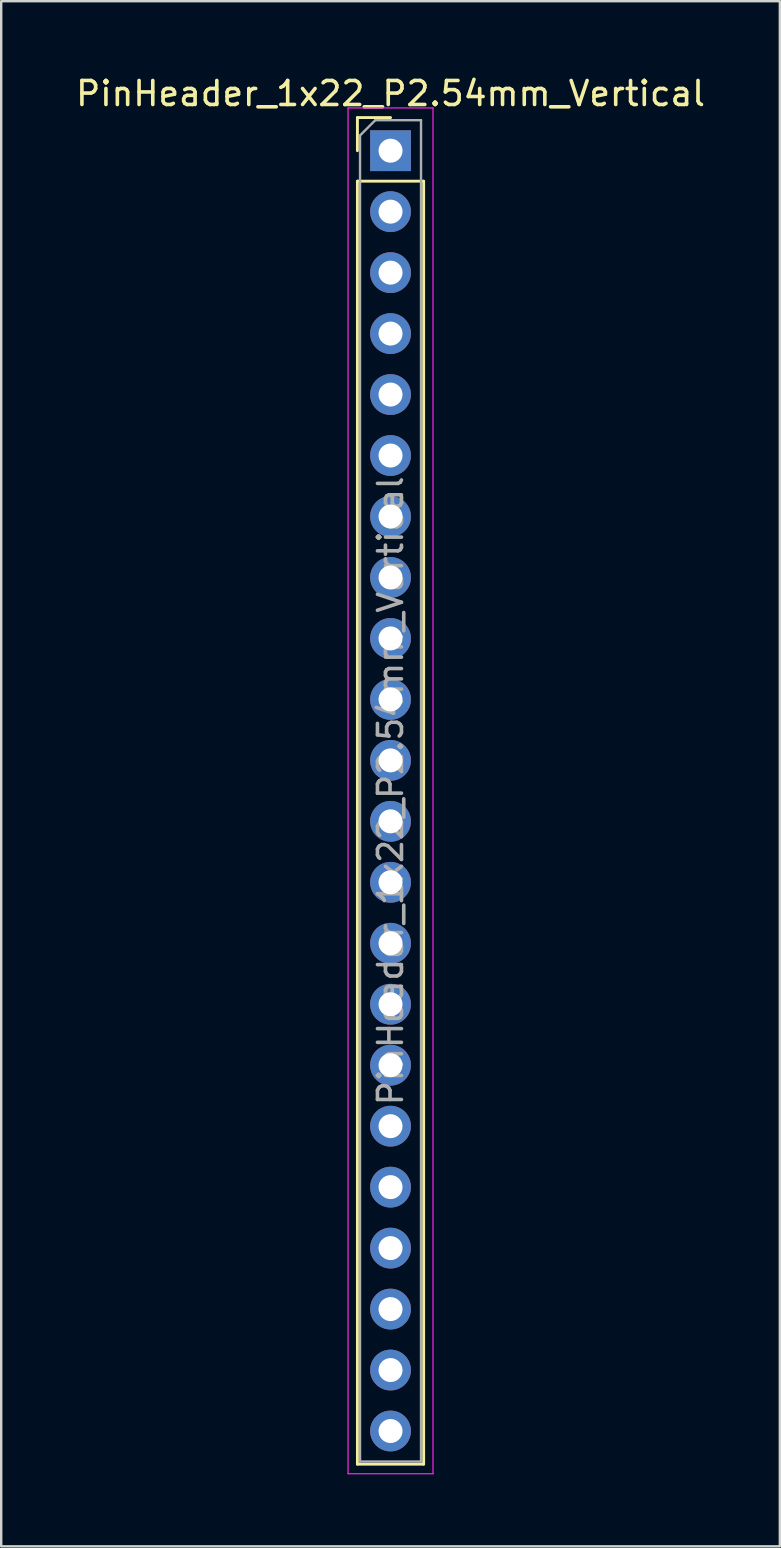
<source format=kicad_pcb>
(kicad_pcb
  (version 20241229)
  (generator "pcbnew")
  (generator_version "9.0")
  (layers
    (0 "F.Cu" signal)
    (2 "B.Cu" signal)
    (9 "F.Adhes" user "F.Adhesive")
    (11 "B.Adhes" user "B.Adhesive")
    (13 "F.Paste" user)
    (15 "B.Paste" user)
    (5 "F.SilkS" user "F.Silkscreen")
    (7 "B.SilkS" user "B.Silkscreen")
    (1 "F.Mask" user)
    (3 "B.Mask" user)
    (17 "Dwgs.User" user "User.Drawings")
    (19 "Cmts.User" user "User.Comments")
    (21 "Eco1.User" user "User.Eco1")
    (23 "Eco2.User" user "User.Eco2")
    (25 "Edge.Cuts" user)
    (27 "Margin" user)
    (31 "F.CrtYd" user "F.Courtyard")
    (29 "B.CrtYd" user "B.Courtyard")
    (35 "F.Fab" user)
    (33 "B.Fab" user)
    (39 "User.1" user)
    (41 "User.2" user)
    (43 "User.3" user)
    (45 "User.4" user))
  (footprint "PinHeader_1x22_P2.54mm_Vertical"
    (layer "F.Cu")
    (at 13.22 3.228)
    (property "Reference" "PinHeader_1x22_P2.54mm_Vertical" (at 0 -2.38 0) (layer "F.SilkS") (effects (font (size 1 1) (thickness 0.15))))
    (attr through_hole)
    (fp_line (start -1.38 -1.38) (end 0 -1.38) (stroke (width 0.12) (type solid)) (layer "F.SilkS"))
    (fp_line (start -1.38 0) (end -1.38 -1.38) (stroke (width 0.12) (type solid)) (layer "F.SilkS"))
    (fp_line (start -1.38 1.27) (end -1.38 54.72) (stroke (width 0.12) (type solid)) (layer "F.SilkS"))
    (fp_line (start -1.38 1.27) (end 1.38 1.27) (stroke (width 0.12) (type solid)) (layer "F.SilkS"))
    (fp_line (start -1.38 54.72) (end 1.38 54.72) (stroke (width 0.12) (type solid)) (layer "F.SilkS"))
    (fp_line (start 1.38 1.27) (end 1.38 54.72) (stroke (width 0.12) (type solid)) (layer "F.SilkS"))
    (fp_line (start -1.77 -1.78) (end -1.77 55.12) (stroke (width 0.05) (type solid)) (layer "F.CrtYd"))
    (fp_line (start -1.77 55.12) (end 1.77 55.12) (stroke (width 0.05) (type solid)) (layer "F.CrtYd"))
    (fp_line (start 1.77 -1.78) (end -1.77 -1.78) (stroke (width 0.05) (type solid)) (layer "F.CrtYd"))
    (fp_line (start 1.77 55.12) (end 1.77 -1.78) (stroke (width 0.05) (type solid)) (layer "F.CrtYd"))
    (fp_line (start -1.27 -0.635) (end -0.635 -1.27) (stroke (width 0.1) (type solid)) (layer "F.Fab"))
    (fp_line (start -1.27 54.61) (end -1.27 -0.635) (stroke (width 0.1) (type solid)) (layer "F.Fab"))
    (fp_line (start -0.635 -1.27) (end 1.27 -1.27) (stroke (width 0.1) (type solid)) (layer "F.Fab"))
    (fp_line (start 1.27 -1.27) (end 1.27 54.61) (stroke (width 0.1) (type solid)) (layer "F.Fab"))
    (fp_line (start 1.27 54.61) (end -1.27 54.61) (stroke (width 0.1) (type solid)) (layer "F.Fab"))
    (fp_text user "${REFERENCE}" (at 0 26.67 90) (layer "F.Fab") (effects (font (size 1 1) (thickness 0.15))))
    (pad "1" thru_hole rect (at 0 0) (size 1.7 1.7) (drill 1) (layers "*.Cu" "*.Mask"))
    (pad "2" thru_hole circle (at 0 2.54) (size 1.7 1.7) (drill 1) (layers "*.Cu" "*.Mask"))
    (pad "3" thru_hole circle (at 0 5.08) (size 1.7 1.7) (drill 1) (layers "*.Cu" "*.Mask"))
    (pad "4" thru_hole circle (at 0 7.62) (size 1.7 1.7) (drill 1) (layers "*.Cu" "*.Mask"))
    (pad "5" thru_hole circle (at 0 10.16) (size 1.7 1.7) (drill 1) (layers "*.Cu" "*.Mask"))
    (pad "6" thru_hole circle (at 0 12.7) (size 1.7 1.7) (drill 1) (layers "*.Cu" "*.Mask"))
    (pad "7" thru_hole circle (at 0 15.24) (size 1.7 1.7) (drill 1) (layers "*.Cu" "*.Mask"))
    (pad "8" thru_hole circle (at 0 17.78) (size 1.7 1.7) (drill 1) (layers "*.Cu" "*.Mask"))
    (pad "9" thru_hole circle (at 0 20.32) (size 1.7 1.7) (drill 1) (layers "*.Cu" "*.Mask"))
    (pad "10" thru_hole circle (at 0 22.86) (size 1.7 1.7) (drill 1) (layers "*.Cu" "*.Mask"))
    (pad "11" thru_hole circle (at 0 25.4) (size 1.7 1.7) (drill 1) (layers "*.Cu" "*.Mask"))
    (pad "12" thru_hole circle (at 0 27.94) (size 1.7 1.7) (drill 1) (layers "*.Cu" "*.Mask"))
    (pad "13" thru_hole circle (at 0 30.48) (size 1.7 1.7) (drill 1) (layers "*.Cu" "*.Mask"))
    (pad "14" thru_hole circle (at 0 33.02) (size 1.7 1.7) (drill 1) (layers "*.Cu" "*.Mask"))
    (pad "15" thru_hole circle (at 0 35.56) (size 1.7 1.7) (drill 1) (layers "*.Cu" "*.Mask"))
    (pad "16" thru_hole circle (at 0 38.1) (size 1.7 1.7) (drill 1) (layers "*.Cu" "*.Mask"))
    (pad "17" thru_hole circle (at 0 40.64) (size 1.7 1.7) (drill 1) (layers "*.Cu" "*.Mask"))
    (pad "18" thru_hole circle (at 0 43.18) (size 1.7 1.7) (drill 1) (layers "*.Cu" "*.Mask"))
    (pad "19" thru_hole circle (at 0 45.72) (size 1.7 1.7) (drill 1) (layers "*.Cu" "*.Mask"))
    (pad "20" thru_hole circle (at 0 48.26) (size 1.7 1.7) (drill 1) (layers "*.Cu" "*.Mask"))
    (pad "21" thru_hole circle (at 0 50.8) (size 1.7 1.7) (drill 1) (layers "*.Cu" "*.Mask"))
    (pad "22" thru_hole circle (at 0 53.34) (size 1.7 1.7) (drill 1) (layers "*.Cu" "*.Mask")))
  (gr_rect
    (start -3 -3)
    (end 29.44 61.373)
    (stroke (width 0.1) (type default))
    (fill no)
    (layer "Edge.Cuts")))
</source>
